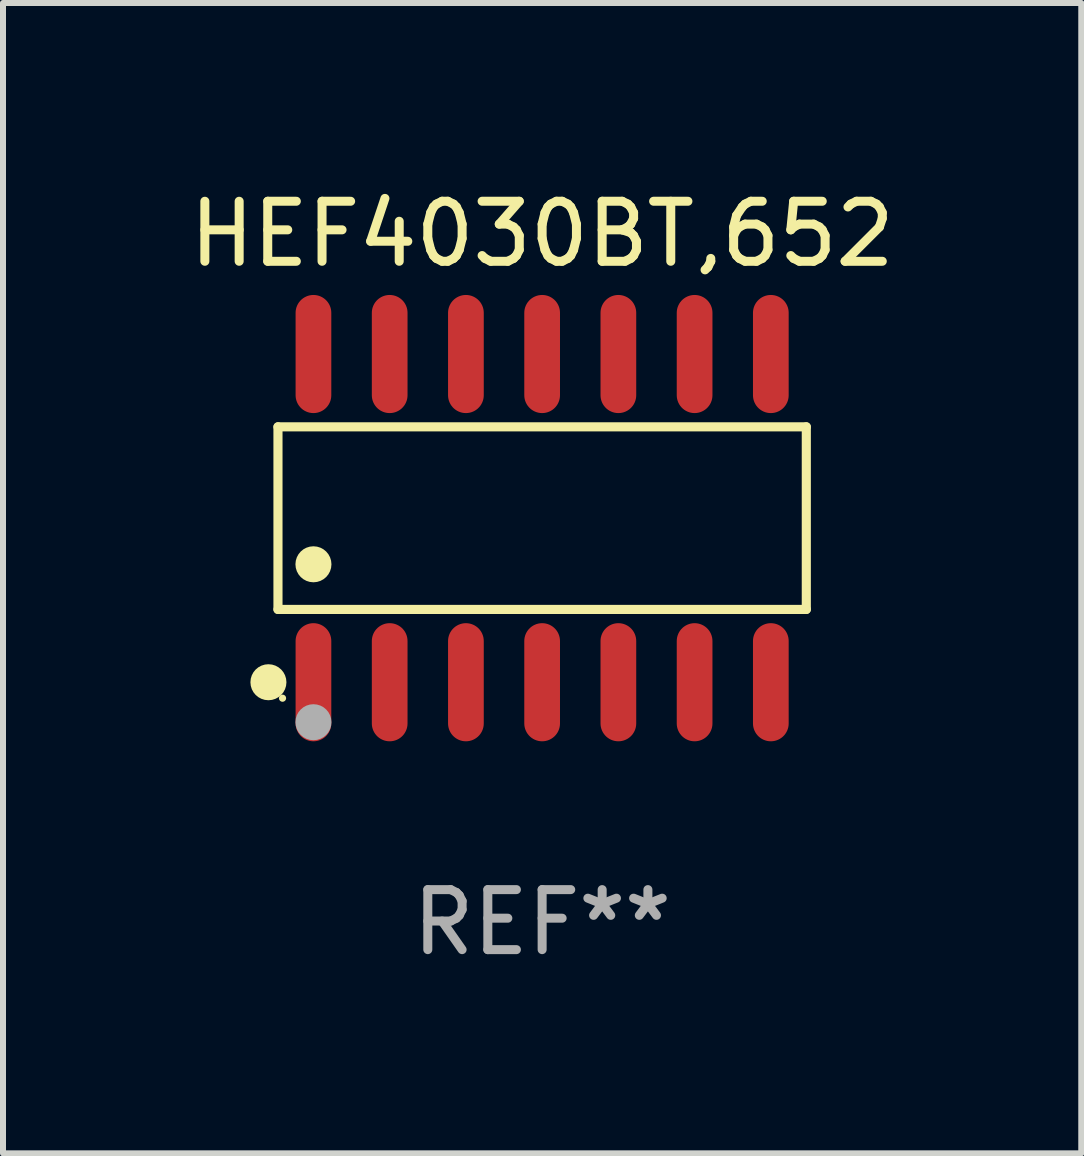
<source format=kicad_pcb>
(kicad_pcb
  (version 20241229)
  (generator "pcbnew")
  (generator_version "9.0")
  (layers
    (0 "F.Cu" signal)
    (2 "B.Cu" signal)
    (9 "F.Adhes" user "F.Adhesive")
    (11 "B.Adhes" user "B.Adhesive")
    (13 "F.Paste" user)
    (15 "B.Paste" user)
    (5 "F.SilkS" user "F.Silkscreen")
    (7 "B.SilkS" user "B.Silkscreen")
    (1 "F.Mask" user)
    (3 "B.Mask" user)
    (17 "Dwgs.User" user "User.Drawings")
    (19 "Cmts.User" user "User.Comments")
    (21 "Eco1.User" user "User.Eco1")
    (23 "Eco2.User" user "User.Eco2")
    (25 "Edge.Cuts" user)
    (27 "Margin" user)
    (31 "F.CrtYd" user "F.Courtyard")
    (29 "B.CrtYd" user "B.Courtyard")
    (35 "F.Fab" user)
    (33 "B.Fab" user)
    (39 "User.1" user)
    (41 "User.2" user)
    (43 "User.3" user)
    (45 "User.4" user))
  (footprint "HEF4030BT,652"
    (layer "F.Cu")
    (at 5.982 5.582)
    (property "Reference" "HEF4030BT,652" (at 0 -4.734 0) (layer "F.SilkS") (effects (font (size 1 1) (thickness 0.15))))
    (attr through_hole)
    (fp_line (start -4.401 -1.521) (end 4.401 -1.521) (stroke (width 0.152) (type solid)) (layer "F.SilkS"))
    (fp_line (start -4.401 1.521) (end -4.401 -1.521) (stroke (width 0.152) (type solid)) (layer "F.SilkS"))
    (fp_line (start 4.401 -1.521) (end 4.401 1.521) (stroke (width 0.152) (type solid)) (layer "F.SilkS"))
    (fp_line (start 4.401 1.521) (end -4.401 1.521) (stroke (width 0.152) (type solid)) (layer "F.SilkS"))
    (fp_circle (center -4.56 2.734) (end -4.41 2.734) (stroke (width 0.3) (type solid)) (fill no) (layer "F.SilkS"))
    (fp_circle (center -4.325 3) (end -4.295 3) (stroke (width 0.06) (type solid)) (fill no) (layer "F.SilkS"))
    (fp_circle (center -3.81 0.769) (end -3.66 0.769) (stroke (width 0.3) (type solid)) (fill no) (layer "F.SilkS"))
    (fp_circle (center -3.81 3.4) (end -3.66 3.4) (stroke (width 0.3) (type solid)) (fill no) (layer "F.Fab"))
    (fp_text user "REF**" (at 0 6.734 0) (layer "F.Fab") (effects (font (size 1 1) (thickness 0.15))))
    (pad "1" smd oval (at -3.81 2.734) (size 0.595 1.968) (layers "F.Cu" "F.Mask" "F.Paste"))
    (pad "2" smd oval (at -2.54 2.734) (size 0.595 1.968) (layers "F.Cu" "F.Mask" "F.Paste"))
    (pad "3" smd oval (at -1.27 2.734) (size 0.595 1.968) (layers "F.Cu" "F.Mask" "F.Paste"))
    (pad "4" smd oval (at 0 2.734) (size 0.595 1.968) (layers "F.Cu" "F.Mask" "F.Paste"))
    (pad "5" smd oval (at 1.27 2.734) (size 0.595 1.968) (layers "F.Cu" "F.Mask" "F.Paste"))
    (pad "6" smd oval (at 2.54 2.734) (size 0.595 1.968) (layers "F.Cu" "F.Mask" "F.Paste"))
    (pad "7" smd oval (at 3.81 2.734) (size 0.595 1.968) (layers "F.Cu" "F.Mask" "F.Paste"))
    (pad "8" smd oval (at 3.81 -2.734) (size 0.595 1.968) (layers "F.Cu" "F.Mask" "F.Paste"))
    (pad "9" smd oval (at 2.54 -2.734) (size 0.595 1.968) (layers "F.Cu" "F.Mask" "F.Paste"))
    (pad "10" smd oval (at 1.27 -2.734) (size 0.595 1.968) (layers "F.Cu" "F.Mask" "F.Paste"))
    (pad "11" smd oval (at 0 -2.734) (size 0.595 1.968) (layers "F.Cu" "F.Mask" "F.Paste"))
    (pad "12" smd oval (at -1.27 -2.734) (size 0.595 1.968) (layers "F.Cu" "F.Mask" "F.Paste"))
    (pad "13" smd oval (at -2.54 -2.734) (size 0.595 1.968) (layers "F.Cu" "F.Mask" "F.Paste"))
    (pad "14" smd oval (at -3.81 -2.734) (size 0.595 1.968) (layers "F.Cu" "F.Mask" "F.Paste")))
  (gr_rect
    (start -3 -3)
    (end 14.964 16.164)
    (stroke (width 0.1) (type default))
    (fill no)
    (layer "Edge.Cuts")))
</source>
